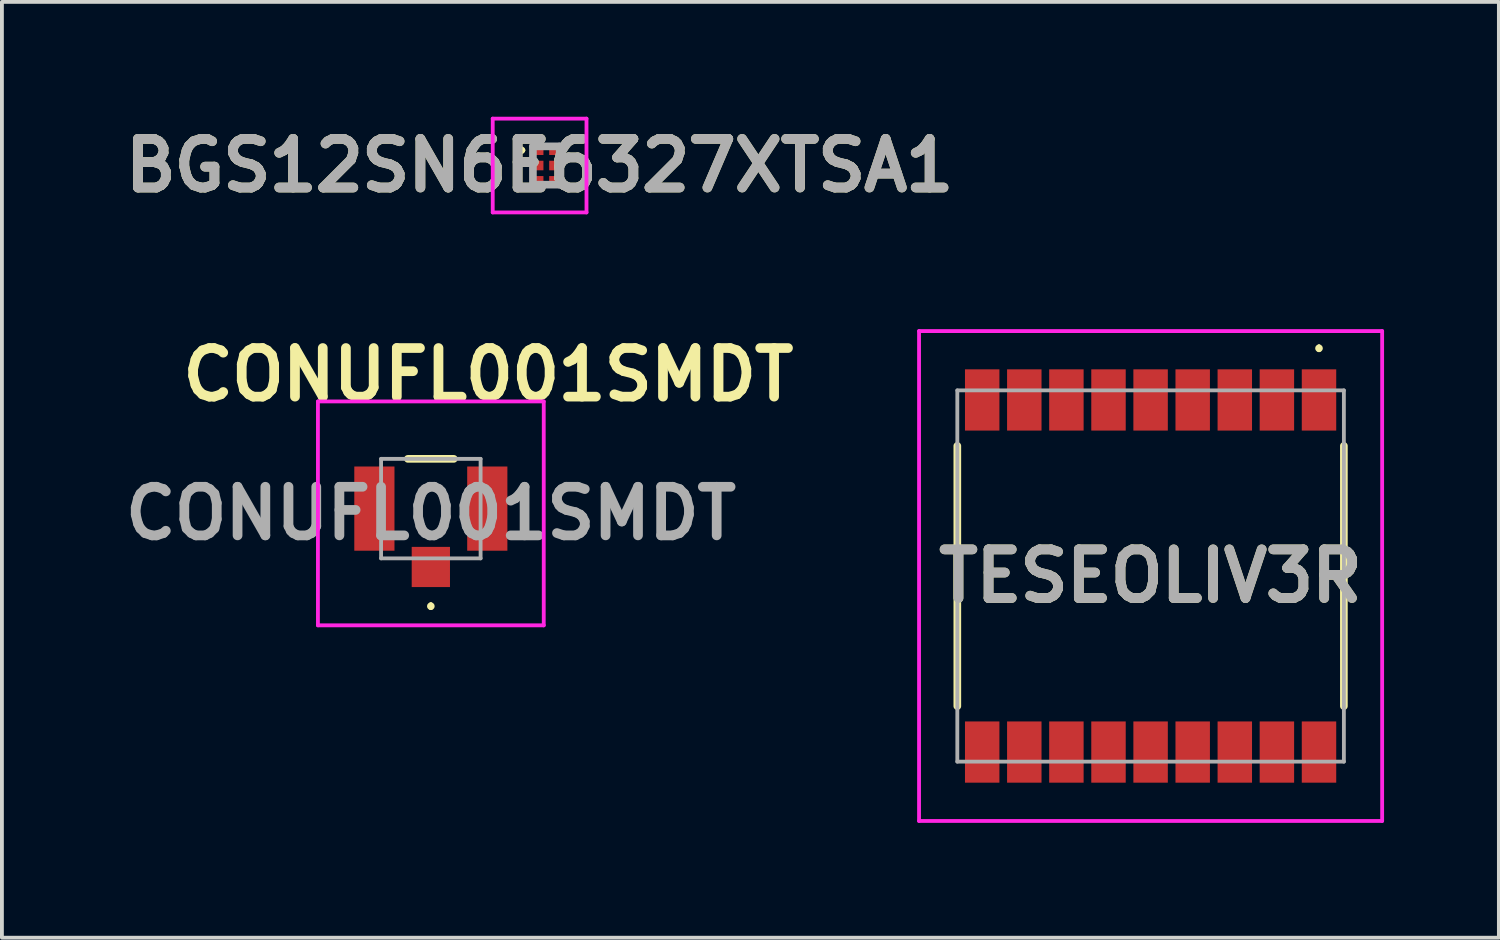
<source format=kicad_pcb>
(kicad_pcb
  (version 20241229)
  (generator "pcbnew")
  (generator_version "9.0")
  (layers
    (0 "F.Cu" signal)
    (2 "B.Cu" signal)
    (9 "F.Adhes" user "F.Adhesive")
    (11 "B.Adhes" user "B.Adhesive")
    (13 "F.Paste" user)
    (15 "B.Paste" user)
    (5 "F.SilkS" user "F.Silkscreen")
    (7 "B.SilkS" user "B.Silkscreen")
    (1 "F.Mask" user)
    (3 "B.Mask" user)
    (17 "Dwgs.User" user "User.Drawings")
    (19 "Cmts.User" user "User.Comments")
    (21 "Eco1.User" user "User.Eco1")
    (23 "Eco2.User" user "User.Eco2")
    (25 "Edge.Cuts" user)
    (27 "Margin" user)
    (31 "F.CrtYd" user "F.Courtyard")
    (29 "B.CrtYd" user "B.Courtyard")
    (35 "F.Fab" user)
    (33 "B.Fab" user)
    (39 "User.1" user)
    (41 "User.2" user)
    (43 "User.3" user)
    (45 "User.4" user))
  (footprint "BGS12SN6E6327XTSA1"
    (layer "F.Cu")
    (at 11.049 1.275)
    (property "Reference" "BGS12SN6E6327XTSA1" (at 0 0 0) (layer "F.SilkS") (effects (font (size 1.27 1.27) (thickness 0.254))))
    (attr smd)
    (fp_line (start -0.525 -0.4) (end -0.525 -0.4) (stroke (width 0.1) (type solid)) (layer "F.SilkS"))
    (fp_line (start -0.425 -0.4) (end -0.425 -0.4) (stroke (width 0.1) (type solid)) (layer "F.SilkS"))
    (fp_arc (start -0.525 -0.4) (mid -0.475 -0.45) (end -0.425 -0.4) (stroke (width 0.1) (type solid)) (layer "F.SilkS"))
    (fp_arc (start -0.425 -0.4) (mid -0.475 -0.35) (end -0.525 -0.4) (stroke (width 0.1) (type solid)) (layer "F.SilkS"))
    (fp_line (start -1.225 -1.225) (end 1.225 -1.225) (stroke (width 0.1) (type solid)) (layer "F.CrtYd"))
    (fp_line (start -1.225 1.225) (end -1.225 -1.225) (stroke (width 0.1) (type solid)) (layer "F.CrtYd"))
    (fp_line (start 1.225 -1.225) (end 1.225 1.225) (stroke (width 0.1) (type solid)) (layer "F.CrtYd"))
    (fp_line (start 1.225 1.225) (end -1.225 1.225) (stroke (width 0.1) (type solid)) (layer "F.CrtYd"))
    (fp_line (start -0.175 -0.5) (end 0.525 -0.5) (stroke (width 0.2) (type solid)) (layer "F.Fab"))
    (fp_line (start -0.175 0.5) (end -0.175 -0.5) (stroke (width 0.2) (type solid)) (layer "F.Fab"))
    (fp_line (start 0.525 -0.5) (end 0.525 0.5) (stroke (width 0.2) (type solid)) (layer "F.Fab"))
    (fp_line (start 0.525 0.5) (end -0.175 0.5) (stroke (width 0.2) (type solid)) (layer "F.Fab"))
    (fp_text user "${REFERENCE}" (at 0 0 0) (layer "F.Fab") (effects (font (size 1.27 1.27) (thickness 0.254))))
    (pad "1" smd rect (at -0.025 -0.4 90) (size 0.25 0.25) (layers "F.Cu" "F.Mask" "F.Paste"))
    (pad "2" smd rect (at -0.025 0 90) (size 0.25 0.25) (layers "F.Cu" "F.Mask" "F.Paste"))
    (pad "3" smd rect (at -0.025 0.4 90) (size 0.25 0.25) (layers "F.Cu" "F.Mask" "F.Paste"))
    (pad "4" smd rect (at 0.375 0.4 90) (size 0.25 0.25) (layers "F.Cu" "F.Mask" "F.Paste"))
    (pad "5" smd rect (at 0.375 0 90) (size 0.25 0.25) (layers "F.Cu" "F.Mask" "F.Paste"))
    (pad "6" smd rect (at 0.375 -0.4 90) (size 0.25 0.25) (layers "F.Cu" "F.Mask" "F.Paste")))
  (footprint "TESEOLIV3R"
    (layer "F.Cu")
    (at 27.013 12)
    (property "Reference" "TESEOLIV3R" (at 0 0 0) (layer "F.SilkS") (effects (font (size 1.27 1.27) (thickness 0.254))))
    (attr smd)
    (fp_line (start -5.05 -3.4) (end -5.05 3.4) (stroke (width 0.2) (type solid)) (layer "F.SilkS"))
    (fp_line (start 4.4 -6) (end 4.4 -6) (stroke (width 0.1) (type solid)) (layer "F.SilkS"))
    (fp_line (start 4.4 -5.9) (end 4.4 -5.9) (stroke (width 0.1) (type solid)) (layer "F.SilkS"))
    (fp_line (start 5.05 -3.4) (end 5.05 3.4) (stroke (width 0.2) (type solid)) (layer "F.SilkS"))
    (fp_arc (start 4.4 -6) (mid 4.45 -5.95) (end 4.4 -5.9) (stroke (width 0.1) (type solid)) (layer "F.SilkS"))
    (fp_arc (start 4.4 -5.9) (mid 4.35 -5.95) (end 4.4 -6) (stroke (width 0.1) (type solid)) (layer "F.SilkS"))
    (fp_line (start -6.05 -6.4) (end 6.05 -6.4) (stroke (width 0.1) (type solid)) (layer "F.CrtYd"))
    (fp_line (start -6.05 6.4) (end -6.05 -6.4) (stroke (width 0.1) (type solid)) (layer "F.CrtYd"))
    (fp_line (start 6.05 -6.4) (end 6.05 6.4) (stroke (width 0.1) (type solid)) (layer "F.CrtYd"))
    (fp_line (start 6.05 6.4) (end -6.05 6.4) (stroke (width 0.1) (type solid)) (layer "F.CrtYd"))
    (fp_line (start -5.05 -4.85) (end 5.05 -4.85) (stroke (width 0.1) (type solid)) (layer "F.Fab"))
    (fp_line (start -5.05 4.85) (end -5.05 -4.85) (stroke (width 0.1) (type solid)) (layer "F.Fab"))
    (fp_line (start 5.05 -4.85) (end 5.05 4.85) (stroke (width 0.1) (type solid)) (layer "F.Fab"))
    (fp_line (start 5.05 4.85) (end -5.05 4.85) (stroke (width 0.1) (type solid)) (layer "F.Fab"))
    (fp_text user "${REFERENCE}" (at 0 0 0) (layer "F.Fab") (effects (font (size 1.27 1.27) (thickness 0.254))))
    (pad "1" smd rect (at 4.4 -4.6) (size 0.9 1.6) (layers "F.Cu" "F.Mask" "F.Paste"))
    (pad "2" smd rect (at 3.3 -4.6) (size 0.9 1.6) (layers "F.Cu" "F.Mask" "F.Paste"))
    (pad "3" smd rect (at 2.2 -4.6) (size 0.9 1.6) (layers "F.Cu" "F.Mask" "F.Paste"))
    (pad "4" smd rect (at 1.1 -4.6) (size 0.9 1.6) (layers "F.Cu" "F.Mask" "F.Paste"))
    (pad "5" smd rect (at 0 -4.6) (size 0.9 1.6) (layers "F.Cu" "F.Mask" "F.Paste"))
    (pad "6" smd rect (at -1.1 -4.6) (size 0.9 1.6) (layers "F.Cu" "F.Mask" "F.Paste"))
    (pad "7" smd rect (at -2.2 -4.6) (size 0.9 1.6) (layers "F.Cu" "F.Mask" "F.Paste"))
    (pad "8" smd rect (at -3.3 -4.6) (size 0.9 1.6) (layers "F.Cu" "F.Mask" "F.Paste"))
    (pad "9" smd rect (at -4.4 -4.6) (size 0.9 1.6) (layers "F.Cu" "F.Mask" "F.Paste"))
    (pad "10" smd rect (at -4.4 4.6) (size 0.9 1.6) (layers "F.Cu" "F.Mask" "F.Paste"))
    (pad "11" smd rect (at -3.3 4.6) (size 0.9 1.6) (layers "F.Cu" "F.Mask" "F.Paste"))
    (pad "12" smd rect (at -2.2 4.6) (size 0.9 1.6) (layers "F.Cu" "F.Mask" "F.Paste"))
    (pad "13" smd rect (at -1.1 4.6) (size 0.9 1.6) (layers "F.Cu" "F.Mask" "F.Paste"))
    (pad "14" smd rect (at 0 4.6) (size 0.9 1.6) (layers "F.Cu" "F.Mask" "F.Paste"))
    (pad "15" smd rect (at 1.1 4.6) (size 0.9 1.6) (layers "F.Cu" "F.Mask" "F.Paste"))
    (pad "16" smd rect (at 2.2 4.6) (size 0.9 1.6) (layers "F.Cu" "F.Mask" "F.Paste"))
    (pad "17" smd rect (at 3.3 4.6) (size 0.9 1.6) (layers "F.Cu" "F.Mask" "F.Paste"))
    (pad "18" smd rect (at 4.4 4.6) (size 0.9 1.6) (layers "F.Cu" "F.Mask" "F.Paste")))
  (footprint "CONUFL001SMDT"
    (layer "F.Cu")
    (at 8.207 10.239)
    (property "Reference" "CONUFL001SMDT" (at 1.5 -3.5 0) (layer "F.SilkS") (effects (font (size 1.27 1.27) (thickness 0.254))))
    (attr smd)
    (fp_line (start -0.6 -1.3) (end 0.6 -1.3) (stroke (width 0.2) (type solid)) (layer "F.SilkS"))
    (fp_line (start 0 2.5) (end 0 2.5) (stroke (width 0.1) (type solid)) (layer "F.SilkS"))
    (fp_line (start 0 2.6) (end 0 2.6) (stroke (width 0.1) (type solid)) (layer "F.SilkS"))
    (fp_arc (start 0 2.5) (mid 0.05 2.55) (end 0 2.6) (stroke (width 0.1) (type solid)) (layer "F.SilkS"))
    (fp_arc (start 0 2.6) (mid -0.05 2.55) (end 0 2.5) (stroke (width 0.1) (type solid)) (layer "F.SilkS"))
    (fp_line (start -2.95 -2.8) (end 2.95 -2.8) (stroke (width 0.1) (type solid)) (layer "F.CrtYd"))
    (fp_line (start -2.95 3.05) (end -2.95 -2.8) (stroke (width 0.1) (type solid)) (layer "F.CrtYd"))
    (fp_line (start 2.95 -2.8) (end 2.95 3.05) (stroke (width 0.1) (type solid)) (layer "F.CrtYd"))
    (fp_line (start 2.95 3.05) (end -2.95 3.05) (stroke (width 0.1) (type solid)) (layer "F.CrtYd"))
    (fp_line (start -1.3 -1.3) (end 1.3 -1.3) (stroke (width 0.1) (type solid)) (layer "F.Fab"))
    (fp_line (start -1.3 1.3) (end -1.3 -1.3) (stroke (width 0.1) (type solid)) (layer "F.Fab"))
    (fp_line (start 1.3 -1.3) (end 1.3 1.3) (stroke (width 0.1) (type solid)) (layer "F.Fab"))
    (fp_line (start 1.3 1.3) (end -1.3 1.3) (stroke (width 0.1) (type solid)) (layer "F.Fab"))
    (fp_text user "${REFERENCE}" (at 0 0.125 0) (layer "F.Fab") (effects (font (size 1.27 1.27) (thickness 0.254))))
    (pad "1" smd rect (at 0 1.525) (size 1 1.05) (layers "F.Cu" "F.Mask" "F.Paste"))
    (pad "2" smd rect (at -1.475 0) (size 1.05 2.2) (layers "F.Cu" "F.Mask" "F.Paste"))
    (pad "2" smd rect (at 1.475 0) (size 1.05 2.2) (layers "F.Cu" "F.Mask" "F.Paste")))
  (gr_rect
    (start -3 -3)
    (end 36.113 21.45)
    (stroke (width 0.1) (type default))
    (fill no)
    (layer "Edge.Cuts")))
</source>
